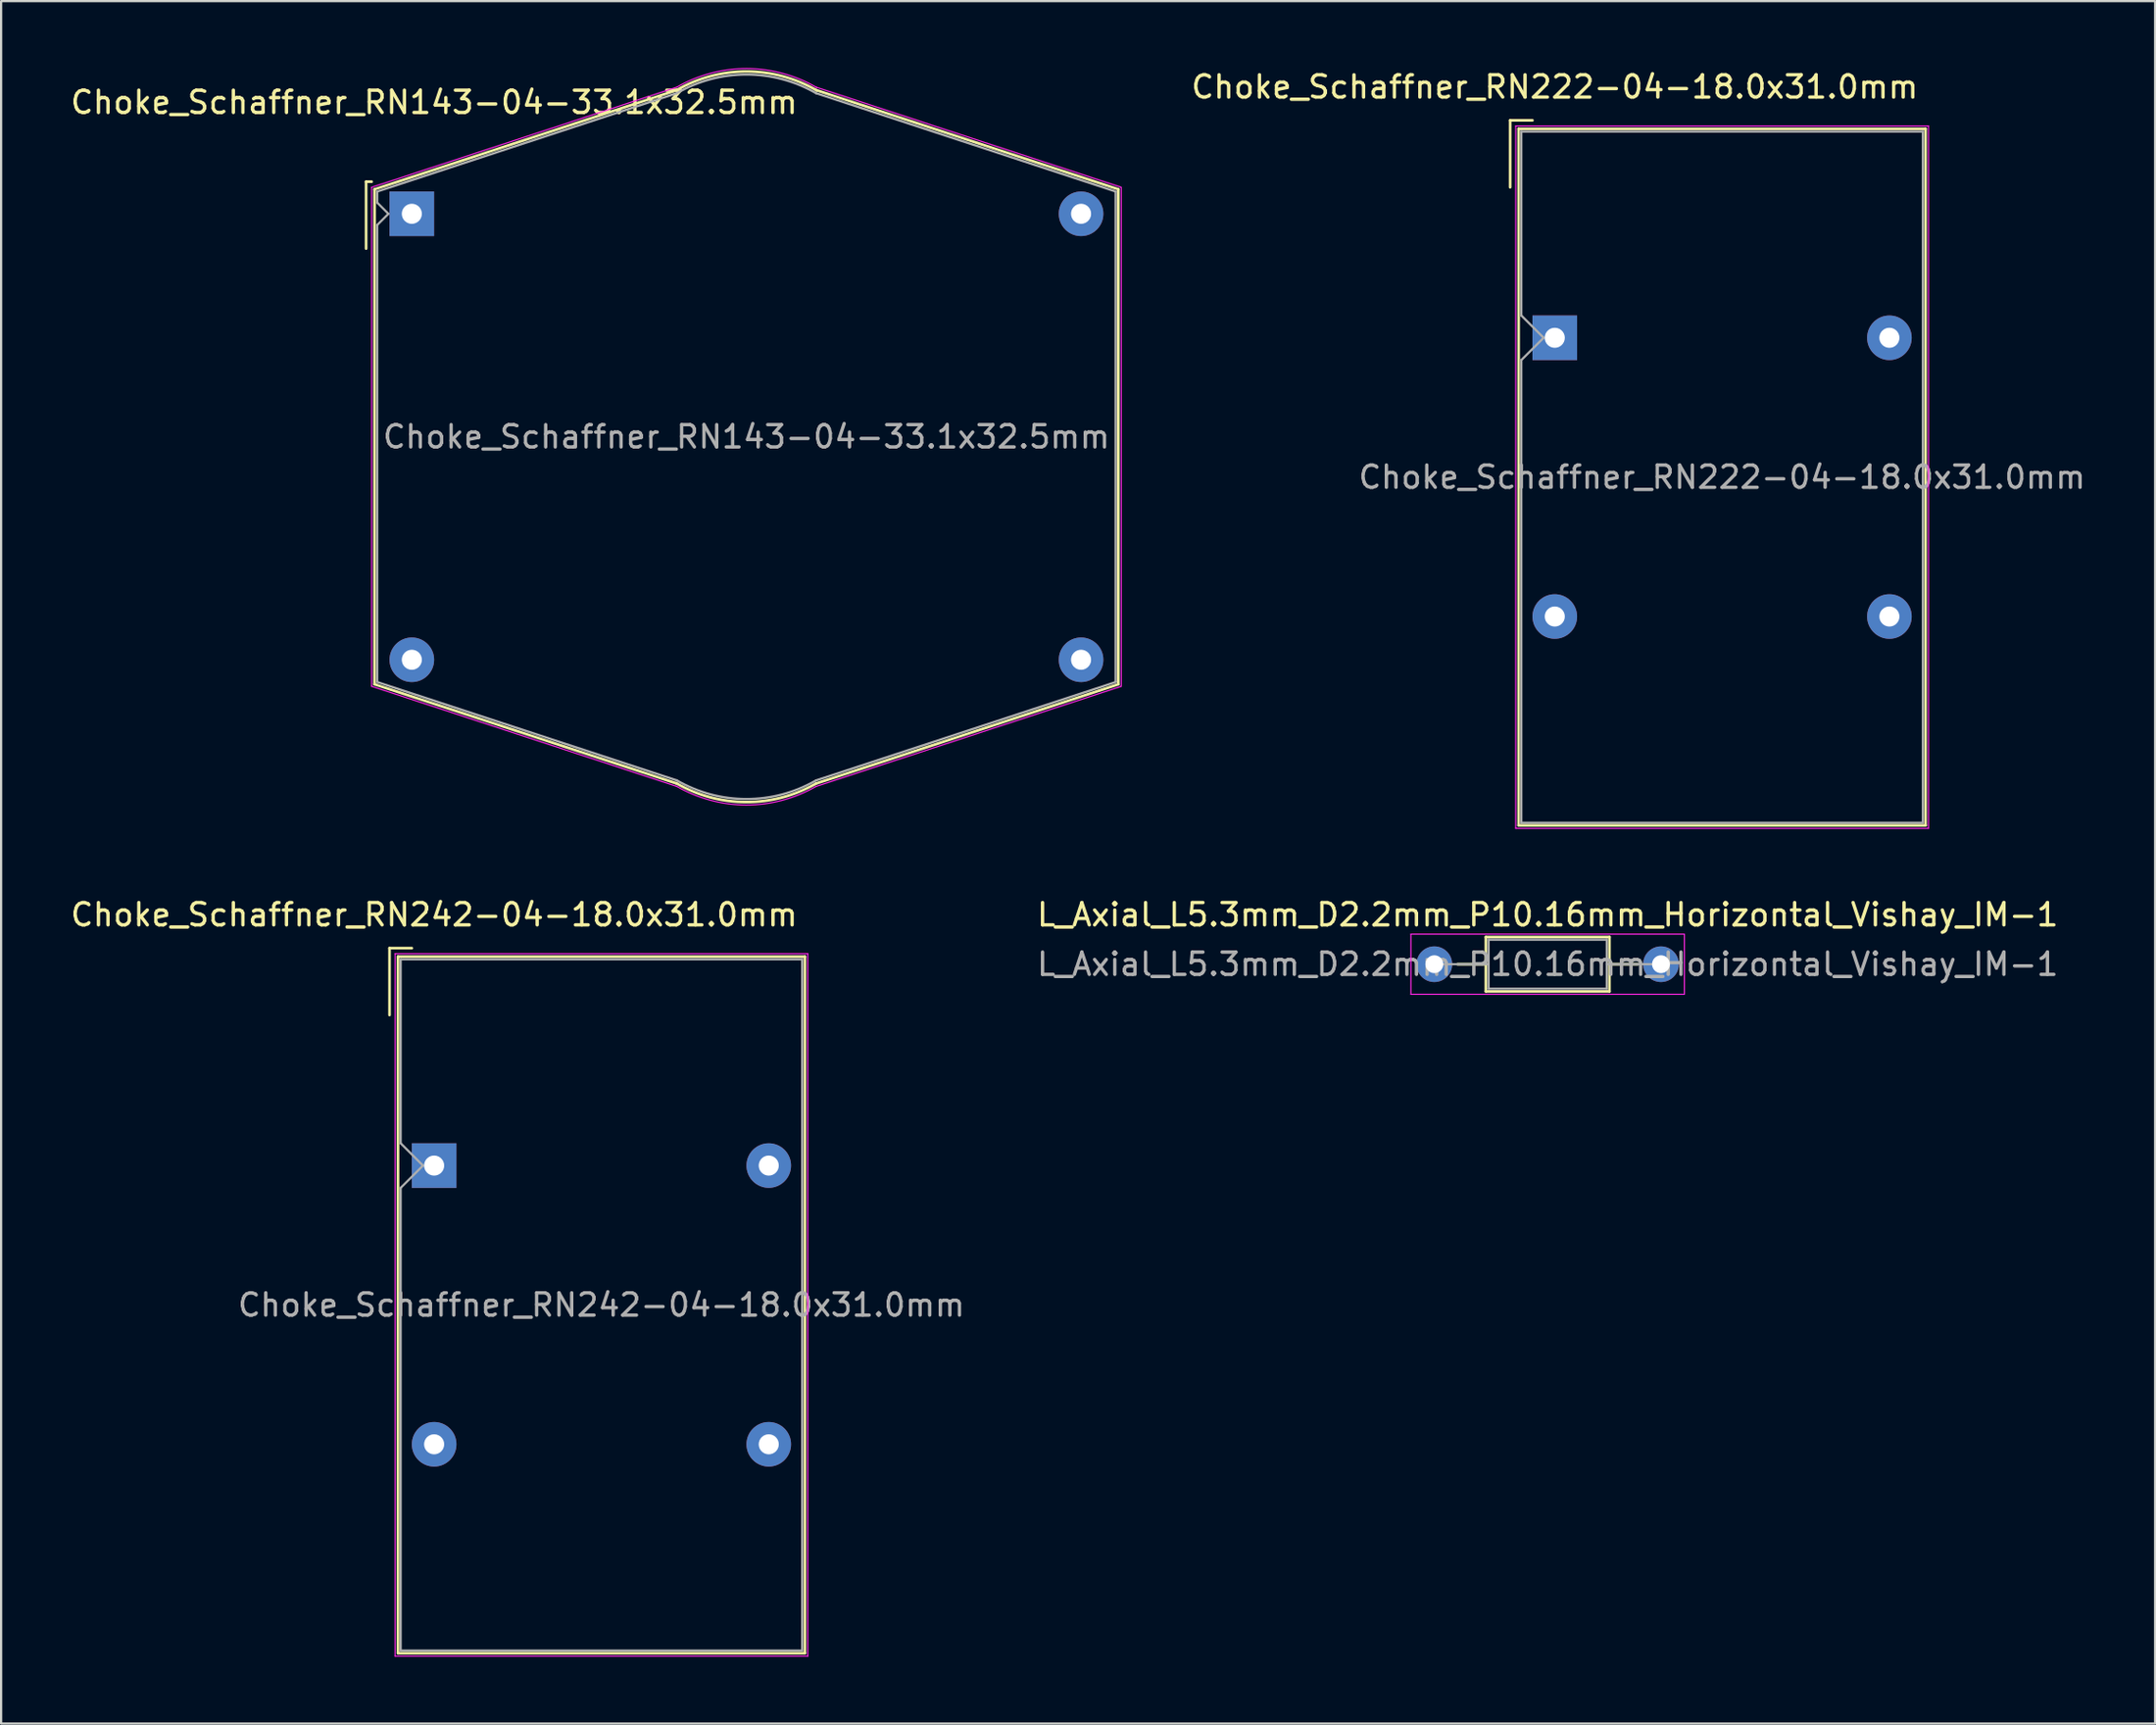
<source format=kicad_pcb>
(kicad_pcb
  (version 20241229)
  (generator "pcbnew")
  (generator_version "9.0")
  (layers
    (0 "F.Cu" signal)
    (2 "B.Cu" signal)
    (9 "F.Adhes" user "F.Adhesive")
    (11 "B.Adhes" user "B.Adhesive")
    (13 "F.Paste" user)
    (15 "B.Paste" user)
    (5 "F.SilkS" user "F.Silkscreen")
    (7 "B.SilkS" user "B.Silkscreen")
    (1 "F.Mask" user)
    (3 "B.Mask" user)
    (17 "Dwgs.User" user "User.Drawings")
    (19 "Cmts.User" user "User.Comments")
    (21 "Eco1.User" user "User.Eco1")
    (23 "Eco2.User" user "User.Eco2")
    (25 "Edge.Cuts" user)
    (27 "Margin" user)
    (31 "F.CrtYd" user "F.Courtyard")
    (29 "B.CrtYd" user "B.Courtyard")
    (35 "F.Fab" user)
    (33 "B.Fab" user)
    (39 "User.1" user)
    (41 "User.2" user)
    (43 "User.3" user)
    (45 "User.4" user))
  (footprint "Choke_Schaffner_RN222-04-18.0x31.0mm"
    (layer "F.Cu")
    (at 66.646 12.098)
    (property "Reference" "Choke_Schaffner_RN222-04-18.0x31.0mm" (at 0 -11.25 0) (layer "F.SilkS") (effects (font (size 1 1) (thickness 0.15))))
    (attr through_hole)
    (fp_line (start -2 -9.75) (end -2 -6.75) (stroke (width 0.12) (type solid)) (layer "F.SilkS"))
    (fp_line (start -2 -9.75) (end -1 -9.75) (stroke (width 0.12) (type solid)) (layer "F.SilkS"))
    (fp_line (start -1.62 -9.37) (end 16.62 -9.37) (stroke (width 0.12) (type solid)) (layer "F.SilkS"))
    (fp_line (start -1.62 21.87) (end -1.62 -9.37) (stroke (width 0.12) (type solid)) (layer "F.SilkS"))
    (fp_line (start 16.62 -9.37) (end 16.62 21.87) (stroke (width 0.12) (type solid)) (layer "F.SilkS"))
    (fp_line (start 16.62 21.87) (end -1.62 21.87) (stroke (width 0.12) (type solid)) (layer "F.SilkS"))
    (fp_line (start -1.75 -9.5) (end -1.75 22) (stroke (width 0.05) (type solid)) (layer "F.CrtYd"))
    (fp_line (start -1.75 22) (end 16.75 22) (stroke (width 0.05) (type solid)) (layer "F.CrtYd"))
    (fp_line (start 16.75 -9.5) (end -1.75 -9.5) (stroke (width 0.05) (type solid)) (layer "F.CrtYd"))
    (fp_line (start 16.75 22) (end 16.75 -9.5) (stroke (width 0.05) (type solid)) (layer "F.CrtYd"))
    (fp_line (start -1.5 -9.25) (end 16.5 -9.25) (stroke (width 0.1) (type solid)) (layer "F.Fab"))
    (fp_line (start -1.5 -1) (end -1.5 -9.25) (stroke (width 0.1) (type solid)) (layer "F.Fab"))
    (fp_line (start -1.5 1) (end -0.5 0) (stroke (width 0.1) (type solid)) (layer "F.Fab"))
    (fp_line (start -1.5 21.75) (end -1.5 1) (stroke (width 0.1) (type solid)) (layer "F.Fab"))
    (fp_line (start -0.5 0) (end -1.5 -1) (stroke (width 0.1) (type solid)) (layer "F.Fab"))
    (fp_line (start 16.5 -9.25) (end 16.5 21.75) (stroke (width 0.1) (type solid)) (layer "F.Fab"))
    (fp_line (start 16.5 21.75) (end -1.5 21.75) (stroke (width 0.1) (type solid)) (layer "F.Fab"))
    (fp_text user "${REFERENCE}" (at 7.5 6.25 0) (layer "F.Fab") (effects (font (size 1 1) (thickness 0.15))))
    (pad "1" thru_hole rect (at 0 0) (size 2 2) (drill 0.9) (layers "*.Cu" "*.Mask"))
    (pad "2" thru_hole circle (at 15 0) (size 2 2) (drill 0.9) (layers "*.Cu" "*.Mask"))
    (pad "3" thru_hole circle (at 0 12.5) (size 2 2) (drill 0.9) (layers "*.Cu" "*.Mask"))
    (pad "4" thru_hole circle (at 15 12.5) (size 2 2) (drill 0.9) (layers "*.Cu" "*.Mask")))
  (footprint "Choke_Schaffner_RN143-04-33.1x32.5mm"
    (layer "F.Cu")
    (at 15.411 6.538)
    (property "Reference" "Choke_Schaffner_RN143-04-33.1x32.5mm" (at 1 -5 0) (layer "F.SilkS") (effects (font (size 1 1) (thickness 0.15))))
    (attr through_hole)
    (fp_line (start -2.05 -1.44) (end -2.05 1.56) (stroke (width 0.12) (type solid)) (layer "F.SilkS"))
    (fp_line (start -2.05 -1.44) (end -1.8 -1.44) (stroke (width 0.12) (type solid)) (layer "F.SilkS"))
    (fp_line (start -1.67 -1.1) (end 11.88 -5.55) (stroke (width 0.12) (type solid)) (layer "F.SilkS"))
    (fp_line (start -1.67 21.1) (end -1.67 -1.1) (stroke (width 0.12) (type solid)) (layer "F.SilkS"))
    (fp_line (start 11.88 25.55) (end -1.67 21.1) (stroke (width 0.12) (type solid)) (layer "F.SilkS"))
    (fp_line (start 18.12 -5.55) (end 31.67 -1.1) (stroke (width 0.12) (type solid)) (layer "F.SilkS"))
    (fp_line (start 31.67 -1.1) (end 31.67 21.1) (stroke (width 0.12) (type solid)) (layer "F.SilkS"))
    (fp_line (start 31.67 21.1) (end 18.12 25.55) (stroke (width 0.12) (type solid)) (layer "F.SilkS"))
    (fp_arc (start 11.88 -5.55) (mid 15.013001 -6.382518) (end 18.142518 -5.536999) (stroke (width 0.12) (type solid)) (layer "F.SilkS"))
    (fp_arc (start 18.12 25.55) (mid 14.986999 26.382518) (end 11.857482 25.536999) (stroke (width 0.12) (type solid)) (layer "F.SilkS"))
    (fp_line (start -1.8 -1.19) (end 11.88 -5.68) (stroke (width 0.05) (type solid)) (layer "F.CrtYd"))
    (fp_line (start -1.8 21.19) (end -1.8 -1.19) (stroke (width 0.05) (type solid)) (layer "F.CrtYd"))
    (fp_line (start 11.88 25.68) (end -1.8 21.19) (stroke (width 0.05) (type solid)) (layer "F.CrtYd"))
    (fp_line (start 18.12 -5.68) (end 31.8 -1.19) (stroke (width 0.05) (type solid)) (layer "F.CrtYd"))
    (fp_line (start 31.8 -1.19) (end 31.8 21.19) (stroke (width 0.05) (type solid)) (layer "F.CrtYd"))
    (fp_line (start 31.8 21.19) (end 18.12 25.68) (stroke (width 0.05) (type solid)) (layer "F.CrtYd"))
    (fp_arc (start 11.88 -5.68) (mid 15.013001 -6.512518) (end 18.142518 -5.666999) (stroke (width 0.05) (type solid)) (layer "F.CrtYd"))
    (fp_arc (start 18.12 25.68) (mid 14.986999 26.512518) (end 11.857482 25.666999) (stroke (width 0.05) (type solid)) (layer "F.CrtYd"))
    (fp_line (start -1.55 -1) (end 11.88 -5.41) (stroke (width 0.1) (type solid)) (layer "F.Fab"))
    (fp_line (start -1.55 -0.5) (end -1.55 -1) (stroke (width 0.1) (type solid)) (layer "F.Fab"))
    (fp_line (start -1.55 0.5) (end -1.05 0) (stroke (width 0.1) (type solid)) (layer "F.Fab"))
    (fp_line (start -1.55 21) (end -1.55 0.5) (stroke (width 0.1) (type solid)) (layer "F.Fab"))
    (fp_line (start -1.05 0) (end -1.55 -0.5) (stroke (width 0.1) (type solid)) (layer "F.Fab"))
    (fp_line (start 11.88 25.41) (end -1.55 21) (stroke (width 0.1) (type solid)) (layer "F.Fab"))
    (fp_line (start 18.12 -5.41) (end 31.55 -1) (stroke (width 0.1) (type solid)) (layer "F.Fab"))
    (fp_line (start 31.55 -1) (end 31.55 21) (stroke (width 0.1) (type solid)) (layer "F.Fab"))
    (fp_line (start 31.55 21) (end 18.12 25.41) (stroke (width 0.1) (type solid)) (layer "F.Fab"))
    (fp_arc (start 11.88 -5.41) (mid 15.003001 -6.245197) (end 18.125197 -5.406999) (stroke (width 0.1) (type solid)) (layer "F.Fab"))
    (fp_arc (start 18.12 25.41) (mid 14.996999 26.245197) (end 11.874803 25.406999) (stroke (width 0.1) (type solid)) (layer "F.Fab"))
    (fp_text user "${REFERENCE}" (at 15 10 0) (layer "F.Fab") (effects (font (size 1 1) (thickness 0.15))))
    (pad "1" thru_hole rect (at 0 0) (size 2 2) (drill 0.9) (layers "*.Cu" "*.Mask"))
    (pad "2" thru_hole circle (at 30 0) (size 2 2) (drill 0.9) (layers "*.Cu" "*.Mask"))
    (pad "3" thru_hole circle (at 0 20) (size 2 2) (drill 0.9) (layers "*.Cu" "*.Mask"))
    (pad "4" thru_hole circle (at 30 20) (size 2 2) (drill 0.9) (layers "*.Cu" "*.Mask")))
  (footprint "Choke_Schaffner_RN242-04-18.0x31.0mm"
    (layer "F.Cu")
    (at 16.411 49.221)
    (property "Reference" "Choke_Schaffner_RN242-04-18.0x31.0mm" (at 0 -11.25 0) (layer "F.SilkS") (effects (font (size 1 1) (thickness 0.15))))
    (attr through_hole)
    (fp_line (start -2 -9.75) (end -2 -6.75) (stroke (width 0.12) (type solid)) (layer "F.SilkS"))
    (fp_line (start -2 -9.75) (end -1 -9.75) (stroke (width 0.12) (type solid)) (layer "F.SilkS"))
    (fp_line (start -1.62 -9.37) (end 16.62 -9.37) (stroke (width 0.12) (type solid)) (layer "F.SilkS"))
    (fp_line (start -1.62 21.87) (end -1.62 -9.37) (stroke (width 0.12) (type solid)) (layer "F.SilkS"))
    (fp_line (start 16.62 -9.37) (end 16.62 21.87) (stroke (width 0.12) (type solid)) (layer "F.SilkS"))
    (fp_line (start 16.62 21.87) (end -1.62 21.87) (stroke (width 0.12) (type solid)) (layer "F.SilkS"))
    (fp_line (start -1.75 -9.5) (end -1.75 22) (stroke (width 0.05) (type solid)) (layer "F.CrtYd"))
    (fp_line (start -1.75 22) (end 16.75 22) (stroke (width 0.05) (type solid)) (layer "F.CrtYd"))
    (fp_line (start 16.75 -9.5) (end -1.75 -9.5) (stroke (width 0.05) (type solid)) (layer "F.CrtYd"))
    (fp_line (start 16.75 22) (end 16.75 -9.5) (stroke (width 0.05) (type solid)) (layer "F.CrtYd"))
    (fp_line (start -1.5 -9.25) (end 16.5 -9.25) (stroke (width 0.1) (type solid)) (layer "F.Fab"))
    (fp_line (start -1.5 -1) (end -1.5 -9.25) (stroke (width 0.1) (type solid)) (layer "F.Fab"))
    (fp_line (start -1.5 1) (end -0.5 0) (stroke (width 0.1) (type solid)) (layer "F.Fab"))
    (fp_line (start -1.5 21.75) (end -1.5 1) (stroke (width 0.1) (type solid)) (layer "F.Fab"))
    (fp_line (start -0.5 0) (end -1.5 -1) (stroke (width 0.1) (type solid)) (layer "F.Fab"))
    (fp_line (start 16.5 -9.25) (end 16.5 21.75) (stroke (width 0.1) (type solid)) (layer "F.Fab"))
    (fp_line (start 16.5 21.75) (end -1.5 21.75) (stroke (width 0.1) (type solid)) (layer "F.Fab"))
    (fp_text user "${REFERENCE}" (at 7.5 6.25 0) (layer "F.Fab") (effects (font (size 1 1) (thickness 0.15))))
    (pad "1" thru_hole rect (at 0 0) (size 2 2) (drill 0.9) (layers "*.Cu" "*.Mask"))
    (pad "2" thru_hole circle (at 15 0) (size 2 2) (drill 0.9) (layers "*.Cu" "*.Mask"))
    (pad "3" thru_hole circle (at 0 12.5) (size 2 2) (drill 0.9) (layers "*.Cu" "*.Mask"))
    (pad "4" thru_hole circle (at 15 12.5) (size 2 2) (drill 0.9) (layers "*.Cu" "*.Mask")))
  (footprint "L_Axial_L5.3mm_D2.2mm_P10.16mm_Horizontal_Vishay_IM-1"
    (layer "F.Cu")
    (at 61.247 40.191)
    (property "Reference" "L_Axial_L5.3mm_D2.2mm_P10.16mm_Horizontal_Vishay_IM-1" (at 5.08 -2.22 0) (layer "F.SilkS") (effects (font (size 1 1) (thickness 0.15))))
    (attr through_hole)
    (fp_line (start 1.04 0) (end 2.31 0) (stroke (width 0.12) (type solid)) (layer "F.SilkS"))
    (fp_line (start 2.31 -1.22) (end 2.31 1.22) (stroke (width 0.12) (type solid)) (layer "F.SilkS"))
    (fp_line (start 2.31 1.22) (end 7.85 1.22) (stroke (width 0.12) (type solid)) (layer "F.SilkS"))
    (fp_line (start 7.85 -1.22) (end 2.31 -1.22) (stroke (width 0.12) (type solid)) (layer "F.SilkS"))
    (fp_line (start 7.85 1.22) (end 7.85 -1.22) (stroke (width 0.12) (type solid)) (layer "F.SilkS"))
    (fp_line (start 9.12 0) (end 7.85 0) (stroke (width 0.12) (type solid)) (layer "F.SilkS"))
    (fp_line (start -1.05 -1.35) (end -1.05 1.35) (stroke (width 0.05) (type solid)) (layer "F.CrtYd"))
    (fp_line (start -1.05 1.35) (end 11.21 1.35) (stroke (width 0.05) (type solid)) (layer "F.CrtYd"))
    (fp_line (start 11.21 -1.35) (end -1.05 -1.35) (stroke (width 0.05) (type solid)) (layer "F.CrtYd"))
    (fp_line (start 11.21 1.35) (end 11.21 -1.35) (stroke (width 0.05) (type solid)) (layer "F.CrtYd"))
    (fp_line (start 0 0) (end 2.43 0) (stroke (width 0.1) (type solid)) (layer "F.Fab"))
    (fp_line (start 2.43 -1.1) (end 2.43 1.1) (stroke (width 0.1) (type solid)) (layer "F.Fab"))
    (fp_line (start 2.43 1.1) (end 7.73 1.1) (stroke (width 0.1) (type solid)) (layer "F.Fab"))
    (fp_line (start 7.73 -1.1) (end 2.43 -1.1) (stroke (width 0.1) (type solid)) (layer "F.Fab"))
    (fp_line (start 7.73 1.1) (end 7.73 -1.1) (stroke (width 0.1) (type solid)) (layer "F.Fab"))
    (fp_line (start 10.16 0) (end 7.73 0) (stroke (width 0.1) (type solid)) (layer "F.Fab"))
    (fp_text user "${REFERENCE}" (at 5.08 0 0) (layer "F.Fab") (effects (font (size 1 1) (thickness 0.15))))
    (pad "1" thru_hole circle (at 0 0) (size 1.6 1.6) (drill 0.8) (layers "*.Cu" "*.Mask"))
    (pad "2" thru_hole oval (at 10.16 0) (size 1.6 1.6) (drill 0.8) (layers "*.Cu" "*.Mask")))
  (gr_rect
    (start -3 -3)
    (end 93.557 74.246)
    (stroke (width 0.1) (type default))
    (fill no)
    (layer "Edge.Cuts")))
</source>
